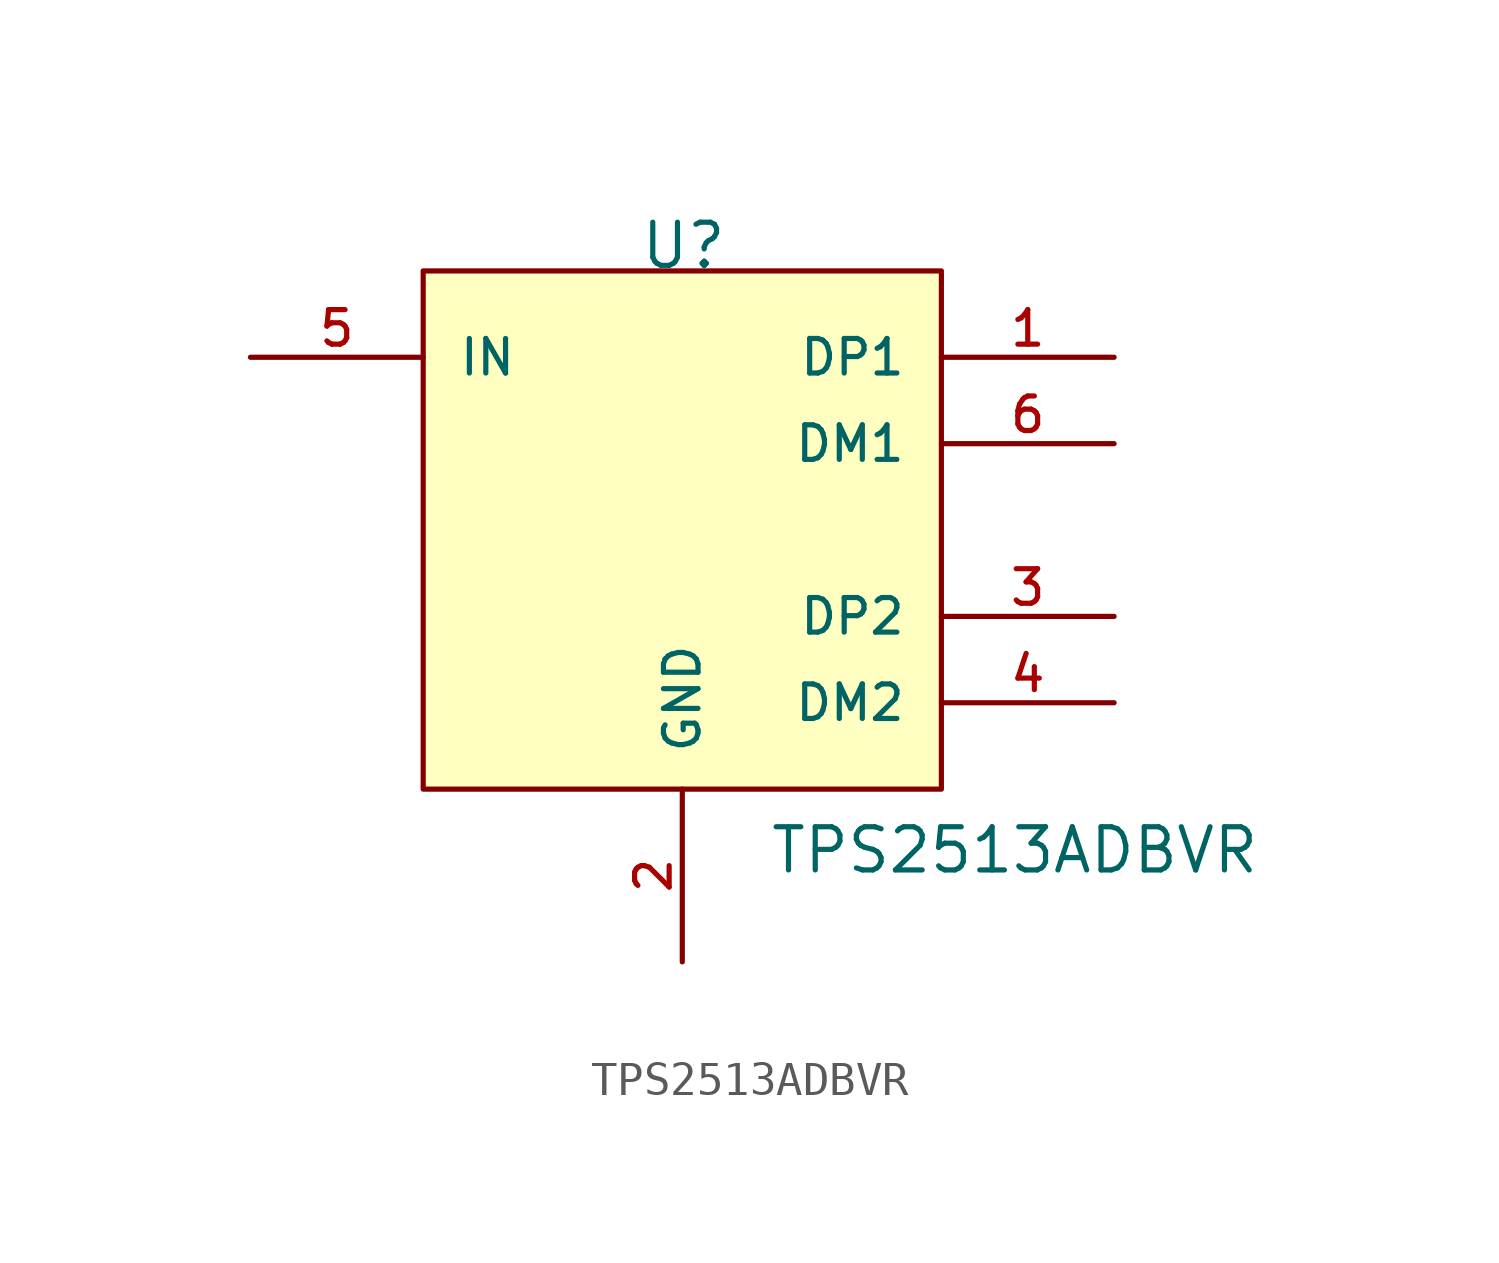
<source format=kicad_sym>
(kicad_symbol_lib
  (version 20220914)
  (generator kicad_symbol_editor)
  (symbol "TPS2513ADBVR"
    (pin_names
      (offset 1.016))
    (property "Reference" "U"
      (at -1.27 7.62 0)
      (effects (font (size 1.27 1.27)) (justify left bottom)))
    (property "Value" "TPS2513ADBVR"
      (at 2.54 -10.16 0)
      (effects (font (size 1.27 1.27)) (justify left bottom)))
    (symbol "TPS2513ADBVR_0_0"
      (pin input line (at 12.7 5.08 180) (length 5.08) (name "DP1" (effects (font (size 1.016 1.016)))) (number "1" (effects (font (size 1.016 1.016)))))
      (pin power_in line (at 0 -12.7 90) (length 5.08) (name "GND" (effects (font (size 1.016 1.016)))) (number "2" (effects (font (size 1.016 1.016)))))
      (pin input line (at 12.7 -2.54 180) (length 5.08) (name "DP2" (effects (font (size 1.016 1.016)))) (number "3" (effects (font (size 1.016 1.016)))))
      (pin bidirectional line (at 12.7 -5.08 180) (length 5.08) (name "DM2" (effects (font (size 1.016 1.016)))) (number "4" (effects (font (size 1.016 1.016)))))
      (pin input line (at -12.7 5.08 0) (length 5.08) (name "IN" (effects (font (size 1.016 1.016)))) (number "5" (effects (font (size 1.016 1.016)))))
      (pin bidirectional line (at 12.7 2.54 180) (length 5.08) (name "DM1" (effects (font (size 1.016 1.016)))) (number "6" (effects (font (size 1.016 1.016))))))
    (symbol "TPS2513ADBVR_0_1"
      (rectangle (start -7.62 7.62) (end 7.62 -7.62) (stroke (width 0) (type default)) (fill (type background))))))
</source>
